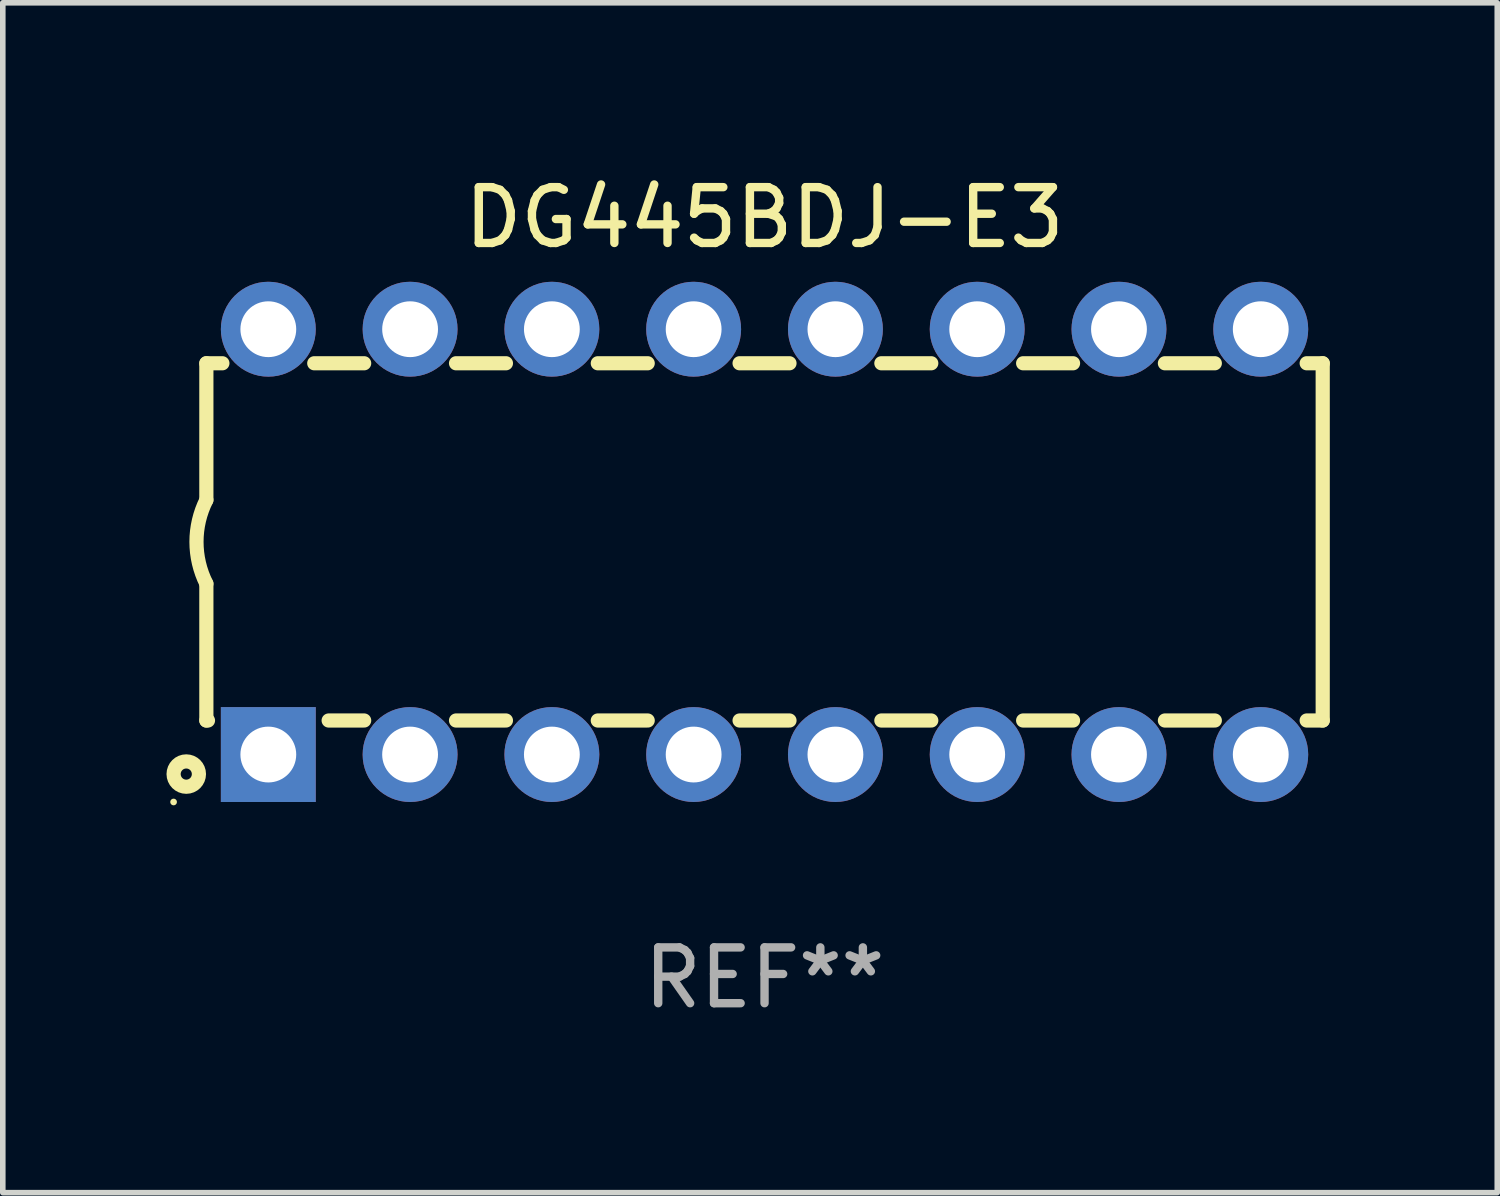
<source format=kicad_pcb>
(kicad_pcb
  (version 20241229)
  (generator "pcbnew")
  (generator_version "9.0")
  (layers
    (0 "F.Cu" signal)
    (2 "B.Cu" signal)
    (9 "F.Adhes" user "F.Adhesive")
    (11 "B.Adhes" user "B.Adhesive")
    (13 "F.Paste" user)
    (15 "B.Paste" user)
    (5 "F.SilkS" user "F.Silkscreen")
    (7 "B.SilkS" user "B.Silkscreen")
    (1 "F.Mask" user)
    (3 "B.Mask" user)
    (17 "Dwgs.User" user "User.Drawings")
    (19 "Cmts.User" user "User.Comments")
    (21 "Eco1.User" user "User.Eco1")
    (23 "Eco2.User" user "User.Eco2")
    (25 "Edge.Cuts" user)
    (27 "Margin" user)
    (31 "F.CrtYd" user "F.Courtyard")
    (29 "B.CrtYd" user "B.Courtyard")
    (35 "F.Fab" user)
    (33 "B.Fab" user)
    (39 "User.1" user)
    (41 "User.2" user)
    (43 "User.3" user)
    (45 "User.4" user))
  (footprint "DG445BDJ-E3"
    (layer "F.Cu")
    (at 10.647 6.658)
    (property "Reference" "DG445BDJ-E3" (at 0 -5.81 0) (layer "F.SilkS") (effects (font (size 1 1) (thickness 0.15))))
    (attr through_hole)
    (fp_line (start -10 -3.2) (end -10 -0.75) (stroke (width 0.254) (type solid)) (layer "F.SilkS"))
    (fp_line (start -10 -3.2) (end -9.713 -3.2) (stroke (width 0.254) (type solid)) (layer "F.SilkS"))
    (fp_line (start -10 3.2) (end -10 0.75) (stroke (width 0.254) (type solid)) (layer "F.SilkS"))
    (fp_line (start -10 3.2) (end -9.971 3.2) (stroke (width 0.254) (type solid)) (layer "F.SilkS"))
    (fp_line (start -8.067 -3.2) (end -7.173 -3.2) (stroke (width 0.254) (type solid)) (layer "F.SilkS"))
    (fp_line (start -7.809 3.2) (end -7.173 3.2) (stroke (width 0.254) (type solid)) (layer "F.SilkS"))
    (fp_line (start -5.527 3.2) (end -4.633 3.2) (stroke (width 0.254) (type solid)) (layer "F.SilkS"))
    (fp_line (start -5.527 -3.2) (end -4.633 -3.2) (stroke (width 0.254) (type solid)) (layer "F.SilkS"))
    (fp_line (start -2.987 3.2) (end -2.093 3.2) (stroke (width 0.254) (type solid)) (layer "F.SilkS"))
    (fp_line (start -2.987 -3.2) (end -2.093 -3.2) (stroke (width 0.254) (type solid)) (layer "F.SilkS"))
    (fp_line (start -0.447 3.2) (end 0.447 3.2) (stroke (width 0.254) (type solid)) (layer "F.SilkS"))
    (fp_line (start -0.447 -3.2) (end 0.447 -3.2) (stroke (width 0.254) (type solid)) (layer "F.SilkS"))
    (fp_line (start 2.093 3.2) (end 2.987 3.2) (stroke (width 0.254) (type solid)) (layer "F.SilkS"))
    (fp_line (start 2.093 -3.2) (end 2.987 -3.2) (stroke (width 0.254) (type solid)) (layer "F.SilkS"))
    (fp_line (start 4.633 3.2) (end 5.527 3.2) (stroke (width 0.254) (type solid)) (layer "F.SilkS"))
    (fp_line (start 4.633 -3.2) (end 5.527 -3.2) (stroke (width 0.254) (type solid)) (layer "F.SilkS"))
    (fp_line (start 7.173 3.2) (end 8.067 3.2) (stroke (width 0.254) (type solid)) (layer "F.SilkS"))
    (fp_line (start 7.173 -3.2) (end 8.067 -3.2) (stroke (width 0.254) (type solid)) (layer "F.SilkS"))
    (fp_line (start 9.713 3.2) (end 10 3.2) (stroke (width 0.254) (type solid)) (layer "F.SilkS"))
    (fp_line (start 9.713 -3.2) (end 10 -3.2) (stroke (width 0.254) (type solid)) (layer "F.SilkS"))
    (fp_line (start 10 -3.2) (end 10 3.2) (stroke (width 0.254) (type solid)) (layer "F.SilkS"))
    (fp_arc (start -10 0.748793) (mid -10.176918 -0.000607) (end -10.000025 -0.750013) (stroke (width 0.254001) (type solid)) (layer "F.SilkS"))
    (fp_circle (center -10.587 4.66) (end -10.557 4.66) (stroke (width 0.06) (type solid)) (fill no) (layer "F.SilkS"))
    (fp_circle (center -10.36 4.16) (end -10.26 4.16) (stroke (width 0.254) (type solid)) (fill no) (layer "F.SilkS"))
    (fp_text user "REF**" (at 0 7.81 0) (layer "F.Fab") (effects (font (size 1 1) (thickness 0.15))))
    (pad "1" thru_hole rect (at -8.89 3.81 90) (size 1.7 1.7) (drill 1) (layers "*.Cu" "*.Mask"))
    (pad "2" thru_hole circle (at -6.35 3.81) (size 1.7 1.7) (drill 1) (layers "*.Cu" "*.Mask"))
    (pad "3" thru_hole circle (at -3.81 3.81) (size 1.7 1.7) (drill 1) (layers "*.Cu" "*.Mask"))
    (pad "4" thru_hole circle (at -1.27 3.81) (size 1.7 1.7) (drill 1) (layers "*.Cu" "*.Mask"))
    (pad "5" thru_hole circle (at 1.27 3.81) (size 1.7 1.7) (drill 1) (layers "*.Cu" "*.Mask"))
    (pad "6" thru_hole circle (at 3.81 3.81) (size 1.7 1.7) (drill 1) (layers "*.Cu" "*.Mask"))
    (pad "7" thru_hole circle (at 6.35 3.81) (size 1.7 1.7) (drill 1) (layers "*.Cu" "*.Mask"))
    (pad "8" thru_hole circle (at 8.89 3.81) (size 1.7 1.7) (drill 1) (layers "*.Cu" "*.Mask"))
    (pad "9" thru_hole circle (at 8.89 -3.81) (size 1.7 1.7) (drill 1) (layers "*.Cu" "*.Mask"))
    (pad "10" thru_hole circle (at 6.35 -3.81) (size 1.7 1.7) (drill 1) (layers "*.Cu" "*.Mask"))
    (pad "11" thru_hole circle (at 3.81 -3.81) (size 1.7 1.7) (drill 1) (layers "*.Cu" "*.Mask"))
    (pad "12" thru_hole circle (at 1.27 -3.81) (size 1.7 1.7) (drill 1) (layers "*.Cu" "*.Mask"))
    (pad "13" thru_hole circle (at -1.27 -3.81) (size 1.7 1.7) (drill 1) (layers "*.Cu" "*.Mask"))
    (pad "14" thru_hole circle (at -3.81 -3.81) (size 1.7 1.7) (drill 1) (layers "*.Cu" "*.Mask"))
    (pad "15" thru_hole circle (at -6.35 -3.81) (size 1.7 1.7) (drill 1) (layers "*.Cu" "*.Mask"))
    (pad "16" thru_hole circle (at -8.89 -3.81) (size 1.7 1.7) (drill 1) (layers "*.Cu" "*.Mask")))
  (gr_rect
    (start -3 -3)
    (end 23.774 18.317)
    (stroke (width 0.1) (type default))
    (fill no)
    (layer "Edge.Cuts")))
</source>
